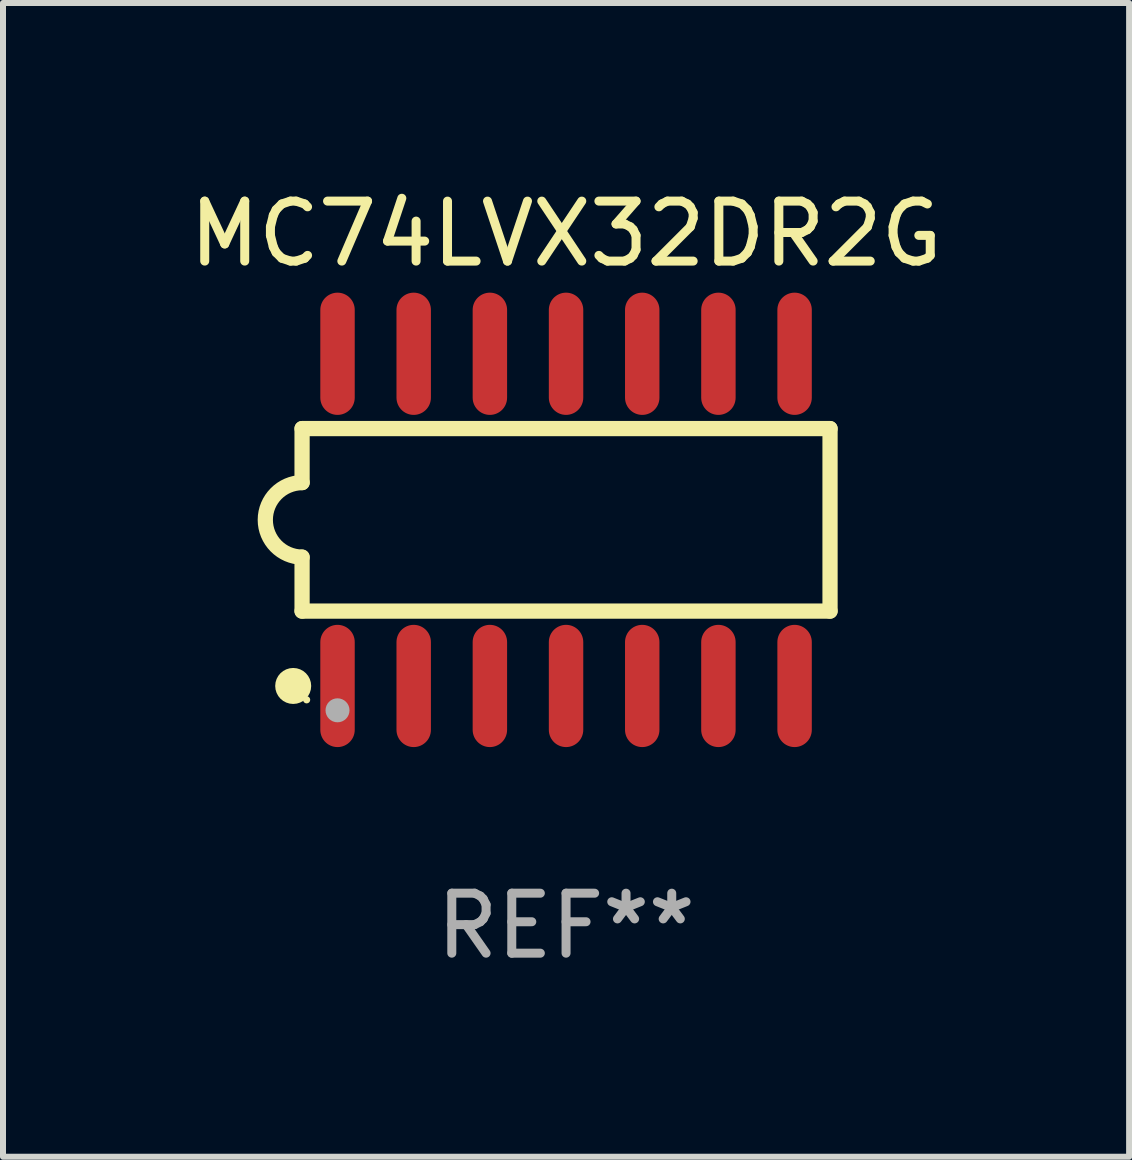
<source format=kicad_pcb>
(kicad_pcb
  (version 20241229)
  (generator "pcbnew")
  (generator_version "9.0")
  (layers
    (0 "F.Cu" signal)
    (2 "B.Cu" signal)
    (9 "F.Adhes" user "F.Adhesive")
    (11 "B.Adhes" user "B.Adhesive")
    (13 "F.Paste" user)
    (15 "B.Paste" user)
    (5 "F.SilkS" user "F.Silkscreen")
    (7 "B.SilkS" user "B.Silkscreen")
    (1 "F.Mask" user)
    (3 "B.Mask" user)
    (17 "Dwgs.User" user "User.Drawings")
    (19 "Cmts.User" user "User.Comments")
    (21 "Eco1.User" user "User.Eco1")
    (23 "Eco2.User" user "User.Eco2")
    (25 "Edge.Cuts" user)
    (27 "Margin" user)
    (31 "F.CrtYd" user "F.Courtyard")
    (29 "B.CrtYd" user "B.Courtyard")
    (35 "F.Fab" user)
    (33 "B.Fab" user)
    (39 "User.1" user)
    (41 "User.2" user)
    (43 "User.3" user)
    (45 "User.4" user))
  (footprint "MC74LVX32DR2G"
    (layer "F.Cu")
    (at 6.387 5.617)
    (property "Reference" "MC74LVX32DR2G" (at 0 -4.769 0) (layer "F.SilkS") (effects (font (size 1 1) (thickness 0.15))))
    (attr through_hole)
    (fp_line (start -4.401 -1.522) (end -4.401 -0.622) (stroke (width 0.254) (type solid)) (layer "F.SilkS"))
    (fp_line (start -4.401 -1.522) (end 4.401 -1.522) (stroke (width 0.254) (type solid)) (layer "F.SilkS"))
    (fp_line (start -4.401 1.521) (end -4.401 0.621) (stroke (width 0.254) (type solid)) (layer "F.SilkS"))
    (fp_line (start 4.401 -1.522) (end 4.401 1.521) (stroke (width 0.254) (type solid)) (layer "F.SilkS"))
    (fp_line (start 4.401 1.521) (end -4.401 1.521) (stroke (width 0.254) (type solid)) (layer "F.SilkS"))
    (fp_arc (start -4.401219 0.621311) (mid -5.021261 -0.000419) (end -4.400101 -0.621032) (stroke (width 0.254001) (type solid)) (layer "F.SilkS"))
    (fp_circle (center -4.549 2.769) (end -4.399 2.769) (stroke (width 0.3) (type solid)) (fill no) (layer "F.SilkS"))
    (fp_circle (center -4.325 3) (end -4.295 3) (stroke (width 0.06) (type solid)) (fill no) (layer "F.SilkS"))
    (fp_circle (center -3.81 3.175) (end -3.71 3.175) (stroke (width 0.2) (type solid)) (fill no) (layer "F.Fab"))
    (fp_text user "REF**" (at 0 6.769 0) (layer "F.Fab") (effects (font (size 1 1) (thickness 0.15))))
    (pad "1" smd oval (at -3.81 2.769) (size 0.574 2.038) (layers "F.Cu" "F.Mask" "F.Paste"))
    (pad "2" smd oval (at -2.54 2.769) (size 0.574 2.038) (layers "F.Cu" "F.Mask" "F.Paste"))
    (pad "3" smd oval (at -1.27 2.769) (size 0.574 2.038) (layers "F.Cu" "F.Mask" "F.Paste"))
    (pad "4" smd oval (at -0.000051 2.769) (size 0.574 2.038) (layers "F.Cu" "F.Mask" "F.Paste"))
    (pad "5" smd oval (at 1.27 2.769) (size 0.574 2.038) (layers "F.Cu" "F.Mask" "F.Paste"))
    (pad "6" smd oval (at 2.54 2.769) (size 0.574 2.038) (layers "F.Cu" "F.Mask" "F.Paste"))
    (pad "7" smd oval (at 3.81 2.769) (size 0.574 2.038) (layers "F.Cu" "F.Mask" "F.Paste"))
    (pad "8" smd oval (at 3.81 -2.769) (size 0.574 2.038) (layers "F.Cu" "F.Mask" "F.Paste"))
    (pad "9" smd oval (at 2.54 -2.769) (size 0.574 2.038) (layers "F.Cu" "F.Mask" "F.Paste"))
    (pad "10" smd oval (at 1.27 -2.769) (size 0.574 2.038) (layers "F.Cu" "F.Mask" "F.Paste"))
    (pad "11" smd oval (at -0.000051 -2.769) (size 0.574 2.038) (layers "F.Cu" "F.Mask" "F.Paste"))
    (pad "12" smd oval (at -1.27 -2.769) (size 0.574 2.038) (layers "F.Cu" "F.Mask" "F.Paste"))
    (pad "13" smd oval (at -2.54 -2.769) (size 0.574 2.038) (layers "F.Cu" "F.Mask" "F.Paste"))
    (pad "14" smd oval (at -3.81 -2.769) (size 0.574 2.038) (layers "F.Cu" "F.Mask" "F.Paste")))
  (gr_rect
    (start -3 -3)
    (end 15.774 16.235)
    (stroke (width 0.1) (type default))
    (fill no)
    (layer "Edge.Cuts")))
</source>
